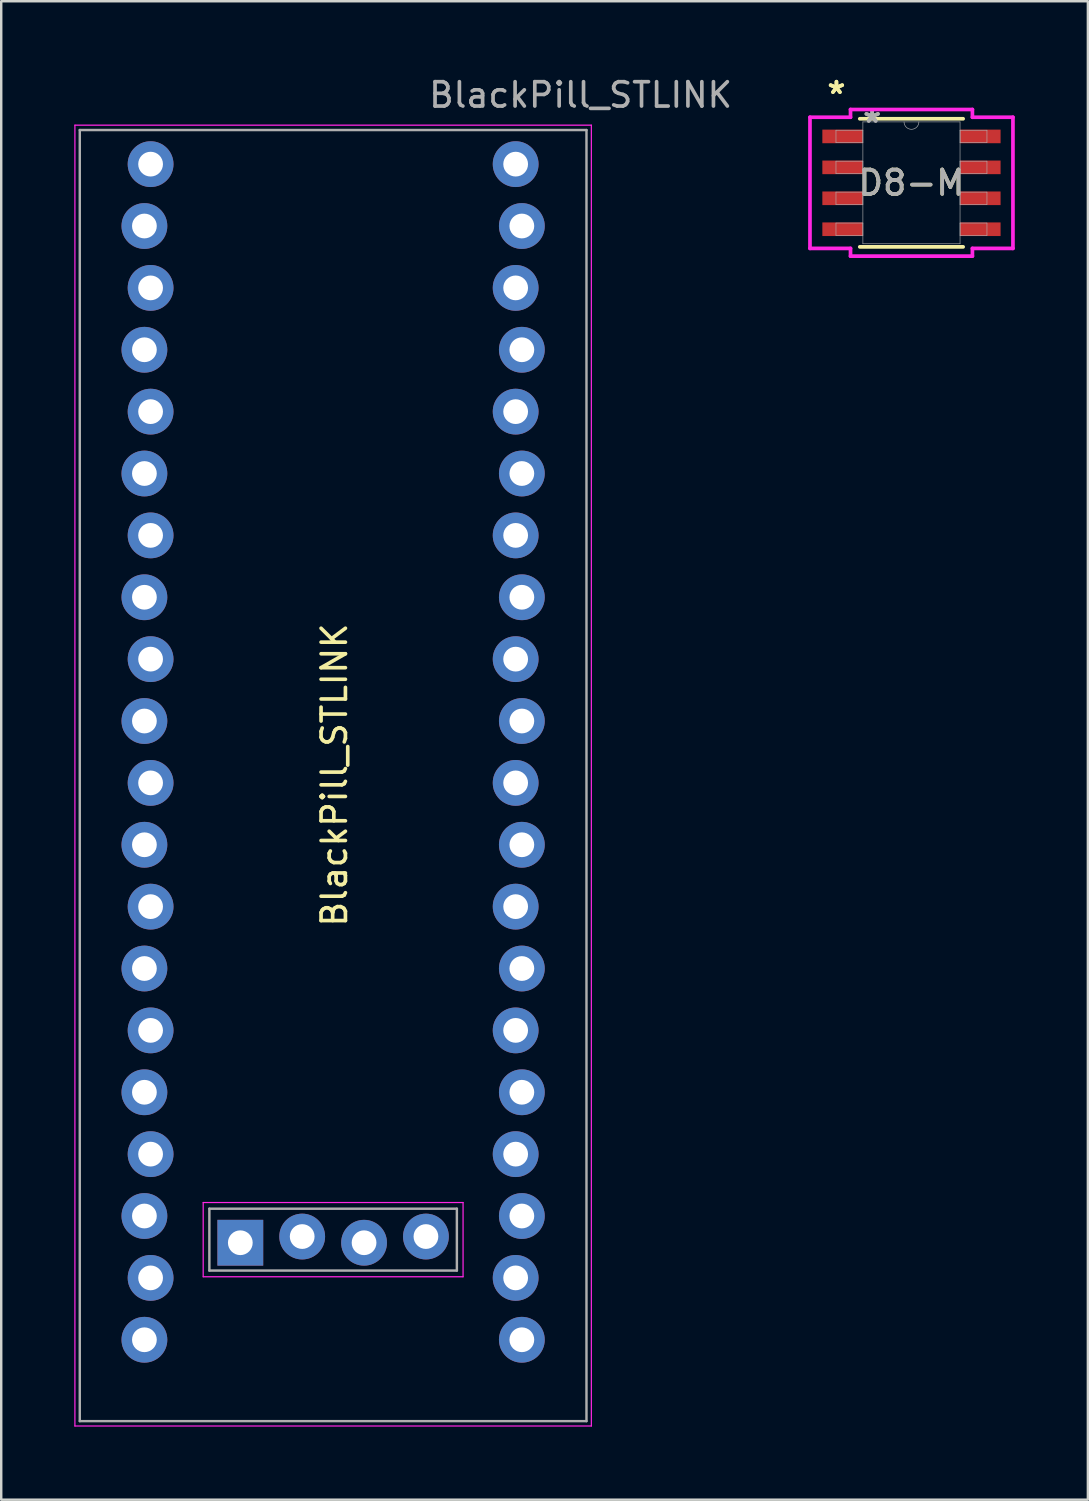
<source format=kicad_pcb>
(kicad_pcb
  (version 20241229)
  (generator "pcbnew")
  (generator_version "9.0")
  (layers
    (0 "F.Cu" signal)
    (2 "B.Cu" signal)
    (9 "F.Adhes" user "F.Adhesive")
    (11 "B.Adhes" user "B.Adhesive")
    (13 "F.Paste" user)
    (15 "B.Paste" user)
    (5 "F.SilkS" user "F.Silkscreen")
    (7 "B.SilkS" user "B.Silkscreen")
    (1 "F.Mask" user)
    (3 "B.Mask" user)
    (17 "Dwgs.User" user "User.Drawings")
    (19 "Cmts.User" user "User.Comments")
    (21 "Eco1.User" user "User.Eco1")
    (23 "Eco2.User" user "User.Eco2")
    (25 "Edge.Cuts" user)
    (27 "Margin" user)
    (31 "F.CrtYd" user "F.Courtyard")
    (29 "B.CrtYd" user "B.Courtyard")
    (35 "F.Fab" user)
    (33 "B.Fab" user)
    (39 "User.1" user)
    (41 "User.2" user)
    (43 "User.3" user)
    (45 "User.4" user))
  (footprint "D8-M"
    (layer "F.Cu")
    (at 34.366 4.455)
    (property "Reference" "D8-M" (at 0 0 0) (unlocked yes) (layer "F.SilkS") (effects (font (size 1 1) (thickness 0.15))))
    (attr smd)
    (fp_line (start -2.121 2.629) (end 2.121 2.629) (stroke (width 0.152) (type solid)) (layer "F.SilkS"))
    (fp_line (start 2.121 -2.629) (end -2.121 -2.629) (stroke (width 0.152) (type solid)) (layer "F.SilkS"))
    (fp_line (start -4.166 -2.692) (end -2.502 -2.692) (stroke (width 0.152) (type solid)) (layer "F.CrtYd"))
    (fp_line (start -4.166 2.692) (end -4.166 -2.692) (stroke (width 0.152) (type solid)) (layer "F.CrtYd"))
    (fp_line (start -4.166 2.692) (end -2.502 2.692) (stroke (width 0.152) (type solid)) (layer "F.CrtYd"))
    (fp_line (start -2.502 -3.01) (end 2.502 -3.01) (stroke (width 0.152) (type solid)) (layer "F.CrtYd"))
    (fp_line (start -2.502 -2.692) (end -2.502 -3.01) (stroke (width 0.152) (type solid)) (layer "F.CrtYd"))
    (fp_line (start -2.502 3.01) (end -2.502 2.692) (stroke (width 0.152) (type solid)) (layer "F.CrtYd"))
    (fp_line (start 2.502 -3.01) (end 2.502 -2.692) (stroke (width 0.152) (type solid)) (layer "F.CrtYd"))
    (fp_line (start 2.502 2.692) (end 2.502 3.01) (stroke (width 0.152) (type solid)) (layer "F.CrtYd"))
    (fp_line (start 2.502 3.01) (end -2.502 3.01) (stroke (width 0.152) (type solid)) (layer "F.CrtYd"))
    (fp_line (start 4.166 -2.692) (end 2.502 -2.692) (stroke (width 0.152) (type solid)) (layer "F.CrtYd"))
    (fp_line (start 4.166 -2.692) (end 4.166 2.692) (stroke (width 0.152) (type solid)) (layer "F.CrtYd"))
    (fp_line (start 4.166 2.692) (end 2.502 2.692) (stroke (width 0.152) (type solid)) (layer "F.CrtYd"))
    (fp_line (start -3.099 -2.159) (end -3.099 -1.651) (stroke (width 0.025) (type solid)) (layer "F.Fab"))
    (fp_line (start -3.099 -1.651) (end -1.994 -1.651) (stroke (width 0.025) (type solid)) (layer "F.Fab"))
    (fp_line (start -3.099 -0.889) (end -3.099 -0.381) (stroke (width 0.025) (type solid)) (layer "F.Fab"))
    (fp_line (start -3.099 -0.381) (end -1.994 -0.381) (stroke (width 0.025) (type solid)) (layer "F.Fab"))
    (fp_line (start -3.099 0.381) (end -3.099 0.889) (stroke (width 0.025) (type solid)) (layer "F.Fab"))
    (fp_line (start -3.099 0.889) (end -1.994 0.889) (stroke (width 0.025) (type solid)) (layer "F.Fab"))
    (fp_line (start -3.099 1.651) (end -3.099 2.159) (stroke (width 0.025) (type solid)) (layer "F.Fab"))
    (fp_line (start -3.099 2.159) (end -1.994 2.159) (stroke (width 0.025) (type solid)) (layer "F.Fab"))
    (fp_line (start -1.994 -2.502) (end -1.994 2.502) (stroke (width 0.025) (type solid)) (layer "F.Fab"))
    (fp_line (start -1.994 -2.159) (end -3.099 -2.159) (stroke (width 0.025) (type solid)) (layer "F.Fab"))
    (fp_line (start -1.994 -1.651) (end -1.994 -2.159) (stroke (width 0.025) (type solid)) (layer "F.Fab"))
    (fp_line (start -1.994 -0.889) (end -3.099 -0.889) (stroke (width 0.025) (type solid)) (layer "F.Fab"))
    (fp_line (start -1.994 -0.381) (end -1.994 -0.889) (stroke (width 0.025) (type solid)) (layer "F.Fab"))
    (fp_line (start -1.994 0.381) (end -3.099 0.381) (stroke (width 0.025) (type solid)) (layer "F.Fab"))
    (fp_line (start -1.994 0.889) (end -1.994 0.381) (stroke (width 0.025) (type solid)) (layer "F.Fab"))
    (fp_line (start -1.994 1.651) (end -3.099 1.651) (stroke (width 0.025) (type solid)) (layer "F.Fab"))
    (fp_line (start -1.994 2.159) (end -1.994 1.651) (stroke (width 0.025) (type solid)) (layer "F.Fab"))
    (fp_line (start -1.994 2.502) (end 1.994 2.502) (stroke (width 0.025) (type solid)) (layer "F.Fab"))
    (fp_line (start 1.994 -2.502) (end -1.994 -2.502) (stroke (width 0.025) (type solid)) (layer "F.Fab"))
    (fp_line (start 1.994 -2.159) (end 1.994 -1.651) (stroke (width 0.025) (type solid)) (layer "F.Fab"))
    (fp_line (start 1.994 -1.651) (end 3.099 -1.651) (stroke (width 0.025) (type solid)) (layer "F.Fab"))
    (fp_line (start 1.994 -0.889) (end 1.994 -0.381) (stroke (width 0.025) (type solid)) (layer "F.Fab"))
    (fp_line (start 1.994 -0.381) (end 3.099 -0.381) (stroke (width 0.025) (type solid)) (layer "F.Fab"))
    (fp_line (start 1.994 0.381) (end 1.994 0.889) (stroke (width 0.025) (type solid)) (layer "F.Fab"))
    (fp_line (start 1.994 0.889) (end 3.099 0.889) (stroke (width 0.025) (type solid)) (layer "F.Fab"))
    (fp_line (start 1.994 1.651) (end 1.994 2.159) (stroke (width 0.025) (type solid)) (layer "F.Fab"))
    (fp_line (start 1.994 2.159) (end 3.099 2.159) (stroke (width 0.025) (type solid)) (layer "F.Fab"))
    (fp_line (start 1.994 2.502) (end 1.994 -2.502) (stroke (width 0.025) (type solid)) (layer "F.Fab"))
    (fp_line (start 3.099 -2.159) (end 1.994 -2.159) (stroke (width 0.025) (type solid)) (layer "F.Fab"))
    (fp_line (start 3.099 -1.651) (end 3.099 -2.159) (stroke (width 0.025) (type solid)) (layer "F.Fab"))
    (fp_line (start 3.099 -0.889) (end 1.994 -0.889) (stroke (width 0.025) (type solid)) (layer "F.Fab"))
    (fp_line (start 3.099 -0.381) (end 3.099 -0.889) (stroke (width 0.025) (type solid)) (layer "F.Fab"))
    (fp_line (start 3.099 0.381) (end 1.994 0.381) (stroke (width 0.025) (type solid)) (layer "F.Fab"))
    (fp_line (start 3.099 0.889) (end 3.099 0.381) (stroke (width 0.025) (type solid)) (layer "F.Fab"))
    (fp_line (start 3.099 1.651) (end 1.994 1.651) (stroke (width 0.025) (type solid)) (layer "F.Fab"))
    (fp_line (start 3.099 2.159) (end 3.099 1.651) (stroke (width 0.025) (type solid)) (layer "F.Fab"))
    (fp_arc (start 0.3048 -2.5019) (mid 0 -2.1971) (end -0.3048 -2.5019) (stroke (width 0.0254) (type solid)) (layer "F.Fab"))
    (fp_text user "*" (at -3.08 -3.607 0) (layer "F.SilkS") (effects (font (size 1 1) (thickness 0.15))))
    (fp_text user "*" (at -3.08 -3.607 0) (unlocked yes) (layer "F.SilkS") (effects (font (size 1 1) (thickness 0.15))))
    (fp_text user "*" (at -1.613 -2.426 0) (layer "F.Fab") (effects (font (size 1 1) (thickness 0.15))))
    (fp_text user "${REFERENCE}" (at 0 0 0) (unlocked yes) (layer "F.Fab") (effects (font (size 1 1) (thickness 0.15))))
    (fp_text user "*" (at -1.613 -2.426 0) (unlocked yes) (layer "F.Fab") (effects (font (size 1 1) (thickness 0.15))))
    (pad "1" smd rect (at -2.826 -1.905) (size 1.664 0.559) (layers "F.Cu" "F.Mask" "F.Paste"))
    (pad "2" smd rect (at -2.826 -0.635) (size 1.664 0.559) (layers "F.Cu" "F.Mask" "F.Paste"))
    (pad "3" smd rect (at -2.826 0.635) (size 1.664 0.559) (layers "F.Cu" "F.Mask" "F.Paste"))
    (pad "4" smd rect (at -2.826 1.905) (size 1.664 0.559) (layers "F.Cu" "F.Mask" "F.Paste"))
    (pad "5" smd rect (at 2.826 1.905) (size 1.664 0.559) (layers "F.Cu" "F.Mask" "F.Paste"))
    (pad "6" smd rect (at 2.826 0.635) (size 1.664 0.559) (layers "F.Cu" "F.Mask" "F.Paste"))
    (pad "7" smd rect (at 2.826 -0.635) (size 1.664 0.559) (layers "F.Cu" "F.Mask" "F.Paste"))
    (pad "8" smd rect (at 2.826 -1.905) (size 1.664 0.559) (layers "F.Cu" "F.Mask" "F.Paste")))
  (footprint "BlackPill_STLINK"
    (layer "F.Cu")
    (at 10.625 28.788)
    (property "Reference" "BlackPill_STLINK" (at 0.05 -0.025 90) (layer "F.SilkS") (effects (font (size 1 1) (thickness 0.15))))
    (attr through_hole)
    (fp_line (start -10.6 -26.7) (end -10.6 26.7) (stroke (width 0.05) (type solid)) (layer "F.CrtYd"))
    (fp_line (start -10.6 26.7) (end 10.6 26.7) (stroke (width 0.05) (type solid)) (layer "F.CrtYd"))
    (fp_line (start -5.334 17.526) (end -5.334 20.574) (stroke (width 0.05) (type solid)) (layer "F.CrtYd"))
    (fp_line (start -5.334 20.574) (end 5.334 20.574) (stroke (width 0.05) (type solid)) (layer "F.CrtYd"))
    (fp_line (start 5.334 17.526) (end -5.334 17.526) (stroke (width 0.05) (type solid)) (layer "F.CrtYd"))
    (fp_line (start 5.334 20.574) (end 5.334 17.526) (stroke (width 0.05) (type solid)) (layer "F.CrtYd"))
    (fp_line (start 10.6 -26.7) (end -10.6 -26.7) (stroke (width 0.05) (type solid)) (layer "F.CrtYd"))
    (fp_line (start 10.6 26.7) (end 10.6 -26.7) (stroke (width 0.05) (type solid)) (layer "F.CrtYd"))
    (fp_line (start -10.4 -26.5) (end -10.4 26.5) (stroke (width 0.1) (type solid)) (layer "F.Fab"))
    (fp_line (start -10.4 26.5) (end 10.4 26.5) (stroke (width 0.1) (type solid)) (layer "F.Fab"))
    (fp_line (start -5.08 17.78) (end 5.08 17.78) (stroke (width 0.1) (type solid)) (layer "F.Fab"))
    (fp_line (start -5.08 20.32) (end -5.08 17.78) (stroke (width 0.1) (type solid)) (layer "F.Fab"))
    (fp_line (start 5.08 17.78) (end 5.08 20.32) (stroke (width 0.1) (type solid)) (layer "F.Fab"))
    (fp_line (start 5.08 20.32) (end -5.08 20.32) (stroke (width 0.1) (type solid)) (layer "F.Fab"))
    (fp_line (start 10.4 -26.5) (end -10.4 -26.5) (stroke (width 0.1) (type solid)) (layer "F.Fab"))
    (fp_line (start 10.4 26.5) (end 10.4 -26.5) (stroke (width 0.1) (type solid)) (layer "F.Fab"))
    (fp_text user "${REFERENCE}" (at 10.16 -27.94 180) (layer "F.Fab") (effects (font (size 1 1) (thickness 0.15))))
    (pad "1" thru_hole circle (at -7.493 -25.1 270) (size 1.88 1.88) (drill 1.016) (layers "*.Cu" "*.Mask"))
    (pad "2" thru_hole circle (at -7.747 -22.56 270) (size 1.88 1.88) (drill 1.016) (layers "*.Cu" "*.Mask"))
    (pad "3" thru_hole circle (at -7.493 -20.02 270) (size 1.88 1.88) (drill 1.016) (layers "*.Cu" "*.Mask"))
    (pad "4" thru_hole circle (at -7.747 -17.48 270) (size 1.88 1.88) (drill 1.016) (layers "*.Cu" "*.Mask"))
    (pad "5" thru_hole circle (at -7.493 -14.94 270) (size 1.88 1.88) (drill 1.016) (layers "*.Cu" "*.Mask"))
    (pad "6" thru_hole circle (at -7.747 -12.4 270) (size 1.88 1.88) (drill 1.016) (layers "*.Cu" "*.Mask"))
    (pad "7" thru_hole circle (at -7.493 -9.86 270) (size 1.88 1.88) (drill 1.016) (layers "*.Cu" "*.Mask"))
    (pad "8" thru_hole circle (at -7.747 -7.32 270) (size 1.88 1.88) (drill 1.016) (layers "*.Cu" "*.Mask"))
    (pad "9" thru_hole circle (at -7.493 -4.78 270) (size 1.88 1.88) (drill 1.016) (layers "*.Cu" "*.Mask"))
    (pad "10" thru_hole circle (at -7.747 -2.24 270) (size 1.88 1.88) (drill 1.016) (layers "*.Cu" "*.Mask"))
    (pad "11" thru_hole circle (at -7.493 0.3 270) (size 1.88 1.88) (drill 1.016) (layers "*.Cu" "*.Mask"))
    (pad "12" thru_hole circle (at -7.747 2.84 270) (size 1.88 1.88) (drill 1.016) (layers "*.Cu" "*.Mask"))
    (pad "13" thru_hole circle (at -7.493 5.38 270) (size 1.88 1.88) (drill 1.016) (layers "*.Cu" "*.Mask"))
    (pad "14" thru_hole circle (at -7.747 7.92 270) (size 1.88 1.88) (drill 1.016) (layers "*.Cu" "*.Mask"))
    (pad "15" thru_hole circle (at -7.493 10.46 270) (size 1.88 1.88) (drill 1.016) (layers "*.Cu" "*.Mask"))
    (pad "16" thru_hole circle (at -7.747 13 270) (size 1.88 1.88) (drill 1.016) (layers "*.Cu" "*.Mask"))
    (pad "17" thru_hole circle (at -7.493 15.54 270) (size 1.88 1.88) (drill 1.016) (layers "*.Cu" "*.Mask"))
    (pad "18" thru_hole circle (at -7.747 18.08 270) (size 1.88 1.88) (drill 1.016) (layers "*.Cu" "*.Mask"))
    (pad "19" thru_hole circle (at -7.493 20.62 270) (size 1.88 1.88) (drill 1.016) (layers "*.Cu" "*.Mask"))
    (pad "20" thru_hole circle (at -7.747 23.16 270) (size 1.88 1.88) (drill 1.016) (layers "*.Cu" "*.Mask"))
    (pad "21" thru_hole circle (at 7.747 23.16 90) (size 1.88 1.88) (drill 1.016) (layers "*.Cu" "*.Mask"))
    (pad "22" thru_hole circle (at 7.493 20.62 90) (size 1.88 1.88) (drill 1.016) (layers "*.Cu" "*.Mask"))
    (pad "23" thru_hole circle (at 7.747 18.08 90) (size 1.88 1.88) (drill 1.016) (layers "*.Cu" "*.Mask"))
    (pad "24" thru_hole circle (at 7.493 15.54 90) (size 1.88 1.88) (drill 1.016) (layers "*.Cu" "*.Mask"))
    (pad "25" thru_hole circle (at 7.747 13 90) (size 1.88 1.88) (drill 1.016) (layers "*.Cu" "*.Mask"))
    (pad "26" thru_hole circle (at 7.493 10.46 90) (size 1.88 1.88) (drill 1.016) (layers "*.Cu" "*.Mask"))
    (pad "27" thru_hole circle (at 7.747 7.92 90) (size 1.88 1.88) (drill 1.016) (layers "*.Cu" "*.Mask"))
    (pad "28" thru_hole circle (at 7.493 5.38 90) (size 1.88 1.88) (drill 1.016) (layers "*.Cu" "*.Mask"))
    (pad "29" thru_hole circle (at 7.747 2.84 90) (size 1.88 1.88) (drill 1.016) (layers "*.Cu" "*.Mask"))
    (pad "30" thru_hole circle (at 7.493 0.3 90) (size 1.88 1.88) (drill 1.016) (layers "*.Cu" "*.Mask"))
    (pad "31" thru_hole circle (at 7.747 -2.24 90) (size 1.88 1.88) (drill 1.016) (layers "*.Cu" "*.Mask"))
    (pad "32" thru_hole circle (at 7.493 -4.78 90) (size 1.88 1.88) (drill 1.016) (layers "*.Cu" "*.Mask"))
    (pad "33" thru_hole circle (at 7.747 -7.32 90) (size 1.88 1.88) (drill 1.016) (layers "*.Cu" "*.Mask"))
    (pad "34" thru_hole circle (at 7.493 -9.86 90) (size 1.88 1.88) (drill 1.016) (layers "*.Cu" "*.Mask"))
    (pad "35" thru_hole circle (at 7.747 -12.4 90) (size 1.88 1.88) (drill 1.016) (layers "*.Cu" "*.Mask"))
    (pad "36" thru_hole circle (at 7.493 -14.94 90) (size 1.88 1.88) (drill 1.016) (layers "*.Cu" "*.Mask"))
    (pad "37" thru_hole circle (at 7.747 -17.48 90) (size 1.88 1.88) (drill 1.016) (layers "*.Cu" "*.Mask"))
    (pad "38" thru_hole circle (at 7.493 -20.02 90) (size 1.88 1.88) (drill 1.016) (layers "*.Cu" "*.Mask"))
    (pad "39" thru_hole circle (at 7.747 -22.56 90) (size 1.88 1.88) (drill 1.016) (layers "*.Cu" "*.Mask"))
    (pad "40" thru_hole circle (at 7.493 -25.1 90) (size 1.88 1.88) (drill 1.016) (layers "*.Cu" "*.Mask"))
    (pad "41" thru_hole rect (at -3.81 19.177 90) (size 1.88 1.88) (drill 1.016) (layers "*.Cu" "*.Mask"))
    (pad "42" thru_hole circle (at -1.27 18.923 90) (size 1.88 1.88) (drill 1.016) (layers "*.Cu" "*.Mask"))
    (pad "43" thru_hole circle (at 1.27 19.177 90) (size 1.88 1.88) (drill 1.016) (layers "*.Cu" "*.Mask"))
    (pad "44" thru_hole circle (at 3.81 18.923 90) (size 1.88 1.88) (drill 1.016) (layers "*.Cu" "*.Mask")))
  (gr_rect
    (start -3 -3)
    (end 41.608 58.513)
    (stroke (width 0.1) (type default))
    (fill no)
    (layer "Edge.Cuts")))
</source>
